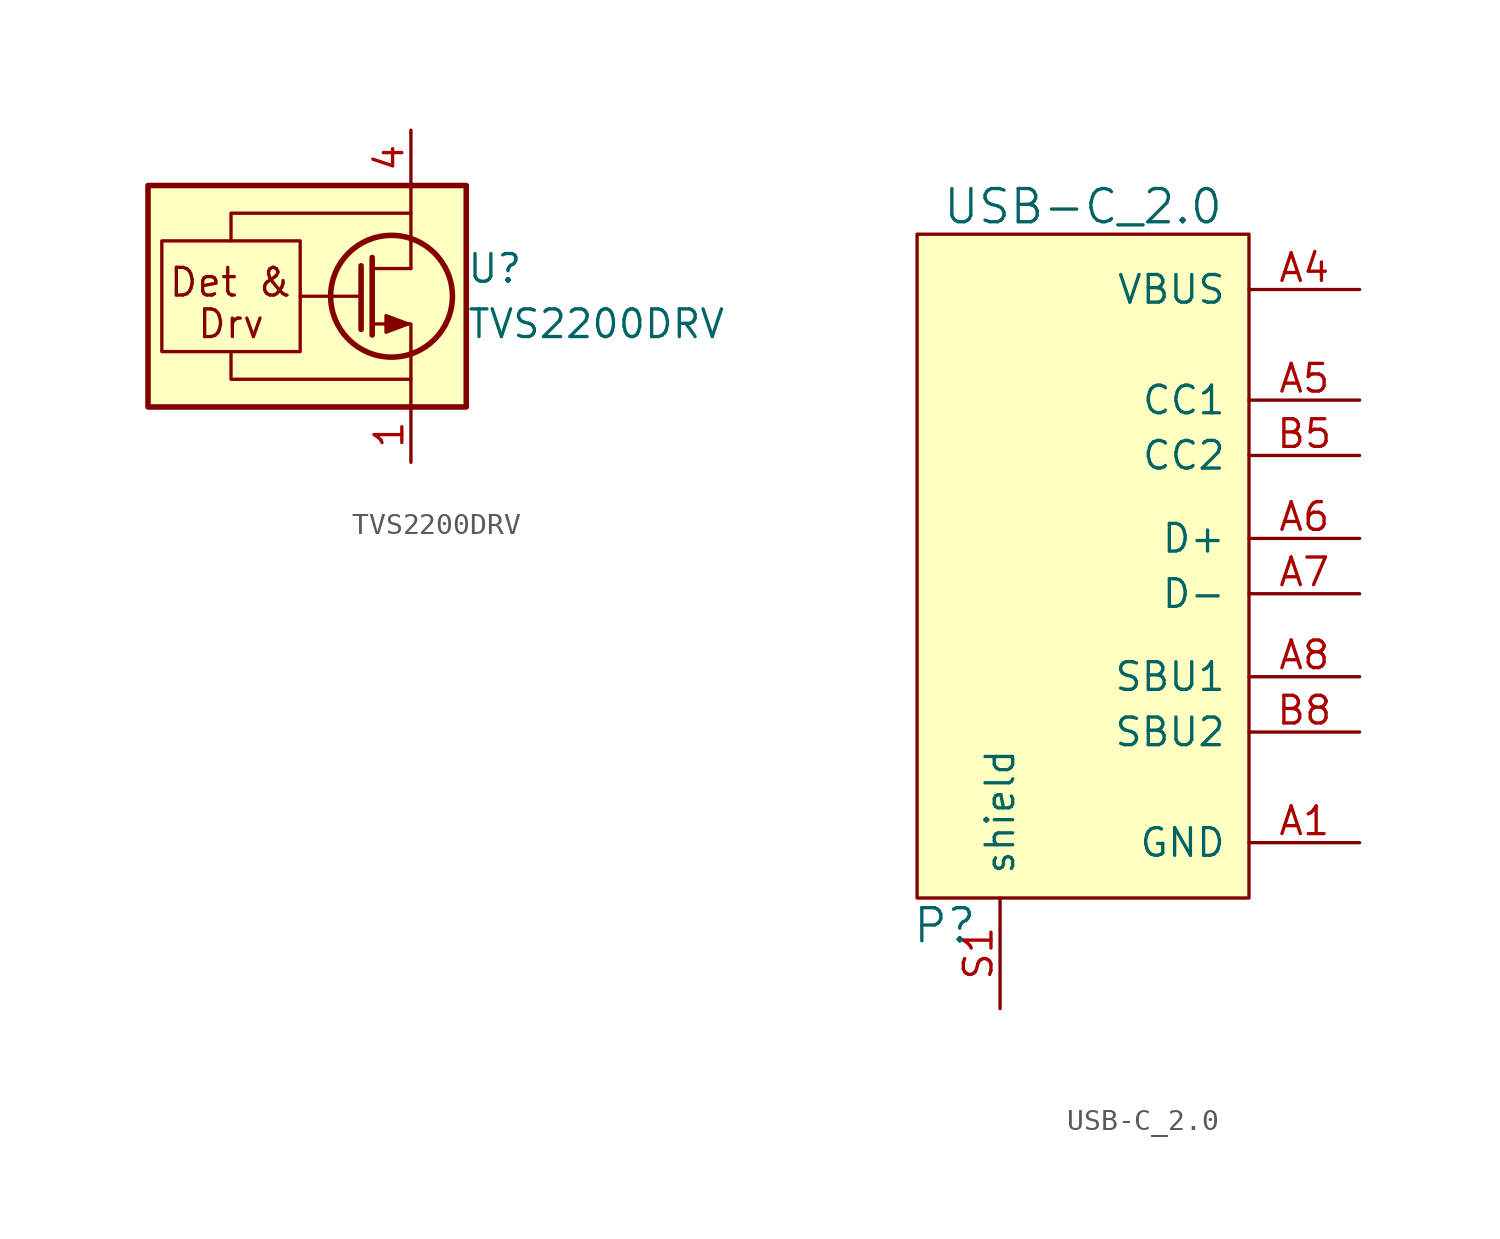
<source format=kicad_sym>
(kicad_symbol_lib
  (version 20220914)
  (generator kicad_symbol_editor)
  (symbol "TVS2200DRV"
    (pin_names
      (offset 0) hide)
    (property "Reference" "U"
      (at 2.54 1.27 0)
      (effects (font (size 1.27 1.27)) (justify left)))
    (property "Value" "TVS2200DRV"
      (at 2.54 -1.27 0)
      (effects (font (size 1.27 1.27)) (justify left)))
    (symbol "TVS2200DRV_0_0"
      (rectangle (start -11.43 2.54) (end -5.08 -2.54) (stroke (width 0) (type default)) (fill (type none)))
      (polyline (pts (xy 0 1.27) (xy -1.778 1.27)) (stroke (width 0) (type default)) (fill (type none)))
      (polyline (pts (xy -8.255 -2.54) (xy -8.255 -3.81) (xy 0 -3.81)) (stroke (width 0) (type default)) (fill (type none)))
      (polyline (pts (xy -8.255 2.54) (xy -8.255 3.81) (xy 0 3.81)) (stroke (width 0) (type default)) (fill (type none)))
      (text "Det &" (at -8.255 0.635 0) (effects (font (size 1.27 1.27))))
      (text "Drv" (at -8.255 -1.27 0) (effects (font (size 1.27 1.27)))))
    (symbol "TVS2200DRV_0_1"
      (rectangle (start -12.065 5.08) (end 2.54 -5.08) (stroke (width 0.254) (type default)) (fill (type background)))
      (circle (center -0.889 0) (radius 2.794) (stroke (width 0.254) (type default)) (fill (type none)))
      (polyline (pts (xy -2.286 0) (xy -5.08 0)) (stroke (width 0) (type default)) (fill (type none)))
      (polyline (pts (xy -2.286 1.397) (xy -2.286 -1.524)) (stroke (width 0.254) (type default)) (fill (type none)))
      (polyline (pts (xy -1.778 1.778) (xy -1.778 -1.778)) (stroke (width 0.254) (type default)) (fill (type none)))
      (polyline (pts (xy 0 -2.54) (xy 0 -5.08)) (stroke (width 0) (type default)) (fill (type none)))
      (polyline (pts (xy 0 2.54) (xy 0 1.27)) (stroke (width 0) (type default)) (fill (type none)))
      (polyline (pts (xy 0 5.08) (xy 0 2.54)) (stroke (width 0) (type default)) (fill (type none)))
      (polyline (pts (xy 0 -2.54) (xy 0 -1.27) (xy -1.778 -1.27)) (stroke (width 0) (type default)) (fill (type none)))
      (polyline (pts (xy -0.127 -1.27) (xy -1.143 -1.651) (xy -1.143 -0.889) (xy -0.127 -1.27)) (stroke (width 0) (type default)) (fill (type outline))))
    (symbol "TVS2200DRV_1_1"
      (pin power_in line (at 0 -7.62 90) (length 2.54) (name "GND" (effects (font (size 1.27 1.27)))) (number "1" (effects (font (size 1.27 1.27)))))
      (pin passive line (at 0 -7.62 90) (length 2.54) hide (name "GND" (effects (font (size 1.27 1.27)))) (number "2" (effects (font (size 1.27 1.27)))))
      (pin passive line (at 0 -7.62 90) (length 2.54) hide (name "GND" (effects (font (size 1.27 1.27)))) (number "3" (effects (font (size 1.27 1.27)))))
      (pin passive line (at 0 7.62 270) (length 2.54) (name "IN" (effects (font (size 1.27 1.27)))) (number "4" (effects (font (size 1.27 1.27)))))
      (pin passive line (at 0 7.62 270) (length 2.54) hide (name "IN" (effects (font (size 1.27 1.27)))) (number "5" (effects (font (size 1.27 1.27)))))
      (pin passive line (at 0 7.62 270) (length 2.54) hide (name "IN" (effects (font (size 1.27 1.27)))) (number "6" (effects (font (size 1.27 1.27)))))
      (pin passive line (at 0 -7.62 90) (length 2.54) hide (name "GND" (effects (font (size 1.27 1.27)))) (number "7" (effects (font (size 1.27 1.27)))))))
  (symbol "USB-C_2.0"
    (pin_names
      (offset 1.016))
    (property "Reference" "P"
      (at -6.35 -16.51 0)
      (effects (font (size 1.524 1.524))))
    (property "Value" "USB-C_2.0"
      (at 0 16.51 0)
      (effects (font (size 1.524 1.524))))
    (property "Footprint" ""
      (at 0 17.78 0)
      (effects (font (size 1.524 1.524))))
    (property "Datasheet" ""
      (at 0 17.78 0)
      (effects (font (size 1.524 1.524))))
    (symbol "USB-C_2.0_0_1"
      (rectangle (start -7.62 15.24) (end 7.62 -15.24) (stroke (width 0) (type solid)) (fill (type background))))
    (symbol "USB-C_2.0_1_1"
      (pin bidirectional line (at 12.7 -12.7 180) (length 5.08) (name "GND" (effects (font (size 1.27 1.27)))) (number "A1" (effects (font (size 1.27 1.27)))))
      (pin bidirectional line (at 12.7 -12.7 180) (length 5.08) hide (name "GND" (effects (font (size 1.27 1.27)))) (number "A12" (effects (font (size 1.27 1.27)))))
      (pin bidirectional line (at 12.7 12.7 180) (length 5.08) (name "VBUS" (effects (font (size 1.27 1.27)))) (number "A4" (effects (font (size 1.27 1.27)))))
      (pin bidirectional line (at 12.7 7.62 180) (length 5.08) (name "CC1" (effects (font (size 1.27 1.27)))) (number "A5" (effects (font (size 1.27 1.27)))))
      (pin bidirectional line (at 12.7 1.27 180) (length 5.08) (name "D+" (effects (font (size 1.27 1.27)))) (number "A6" (effects (font (size 1.27 1.27)))))
      (pin bidirectional line (at 12.7 -1.27 180) (length 5.08) (name "D-" (effects (font (size 1.27 1.27)))) (number "A7" (effects (font (size 1.27 1.27)))))
      (pin bidirectional line (at 12.7 -5.08 180) (length 5.08) (name "SBU1" (effects (font (size 1.27 1.27)))) (number "A8" (effects (font (size 1.27 1.27)))))
      (pin bidirectional line (at 12.7 12.7 180) (length 5.08) hide (name "VBUS" (effects (font (size 1.27 1.27)))) (number "A9" (effects (font (size 1.27 1.27)))))
      (pin bidirectional line (at 12.7 -12.7 180) (length 5.08) hide (name "GND" (effects (font (size 1.27 1.27)))) (number "B1" (effects (font (size 1.27 1.27)))))
      (pin bidirectional line (at 12.7 -12.7 180) (length 5.08) hide (name "GND" (effects (font (size 1.27 1.27)))) (number "B12" (effects (font (size 1.27 1.27)))))
      (pin bidirectional line (at 12.7 12.7 180) (length 5.08) hide (name "VBUS" (effects (font (size 1.27 1.27)))) (number "B4" (effects (font (size 1.27 1.27)))))
      (pin bidirectional line (at 12.7 5.08 180) (length 5.08) (name "CC2" (effects (font (size 1.27 1.27)))) (number "B5" (effects (font (size 1.27 1.27)))))
      (pin bidirectional line (at 12.7 1.27 180) (length 5.08) hide (name "D+" (effects (font (size 1.27 1.27)))) (number "B6" (effects (font (size 1.27 1.27)))))
      (pin bidirectional line (at 12.7 -1.27 180) (length 5.08) hide (name "D-" (effects (font (size 1.27 1.27)))) (number "B7" (effects (font (size 1.27 1.27)))))
      (pin bidirectional line (at 12.7 -7.62 180) (length 5.08) (name "SBU2" (effects (font (size 1.27 1.27)))) (number "B8" (effects (font (size 1.27 1.27)))))
      (pin bidirectional line (at 12.7 12.7 180) (length 5.08) hide (name "VBUS" (effects (font (size 1.27 1.27)))) (number "B9" (effects (font (size 1.27 1.27)))))
      (pin passive line (at -3.81 -20.32 90) (length 5.08) (name "shield" (effects (font (size 1.27 1.27)))) (number "S1" (effects (font (size 1.27 1.27))))))))
</source>
